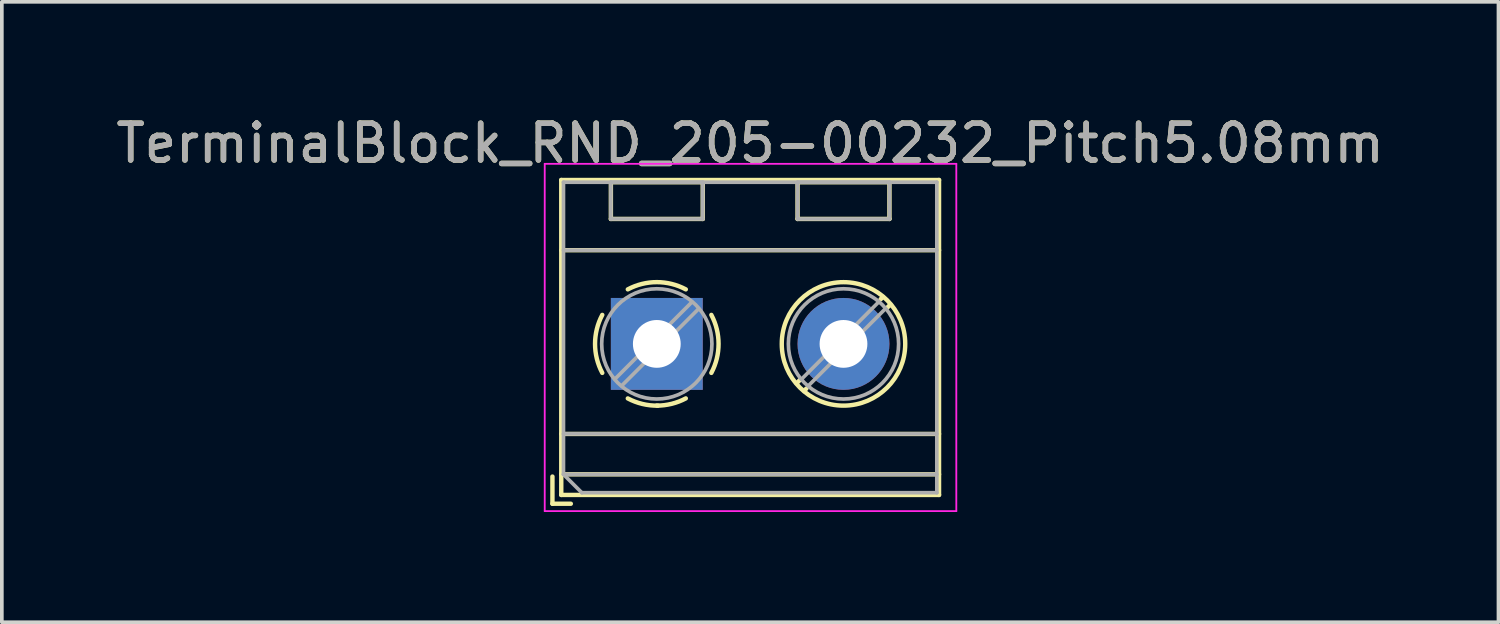
<source format=kicad_pcb>
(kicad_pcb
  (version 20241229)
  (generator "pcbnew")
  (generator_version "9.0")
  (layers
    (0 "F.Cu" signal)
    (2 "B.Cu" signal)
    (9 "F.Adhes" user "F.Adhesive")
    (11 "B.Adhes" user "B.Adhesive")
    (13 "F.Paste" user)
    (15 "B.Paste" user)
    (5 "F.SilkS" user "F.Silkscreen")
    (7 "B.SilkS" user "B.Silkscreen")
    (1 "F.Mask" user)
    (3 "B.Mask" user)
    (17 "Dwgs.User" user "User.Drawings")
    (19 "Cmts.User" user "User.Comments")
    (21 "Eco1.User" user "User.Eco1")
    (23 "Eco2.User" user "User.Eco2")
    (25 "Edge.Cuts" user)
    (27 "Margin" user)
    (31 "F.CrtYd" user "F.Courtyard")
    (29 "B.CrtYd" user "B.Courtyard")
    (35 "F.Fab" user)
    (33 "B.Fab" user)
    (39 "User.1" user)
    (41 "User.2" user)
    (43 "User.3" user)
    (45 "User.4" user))
  (footprint "TerminalBlock_RND_205-00232_Pitch5.08mm"
    (layer "F.Cu")
    (at 14.823 6.308)
    (property "Reference" "TerminalBlock_RND_205-00232_Pitch5.08mm" (at 2.54 -5.46 0) (layer "F.SilkS") (effects (font (size 1 1) (thickness 0.15))))
    (attr through_hole)
    (fp_line (start -2.84 3.61) (end -2.84 4.35) (stroke (width 0.12) (type solid)) (layer "F.SilkS"))
    (fp_line (start -2.84 4.35) (end -2.34 4.35) (stroke (width 0.12) (type solid)) (layer "F.SilkS"))
    (fp_line (start -2.6 -4.46) (end -2.6 4.11) (stroke (width 0.12) (type solid)) (layer "F.SilkS"))
    (fp_line (start -2.6 -2.55) (end 7.68 -2.55) (stroke (width 0.12) (type solid)) (layer "F.SilkS"))
    (fp_line (start -2.6 2.45) (end 7.68 2.45) (stroke (width 0.12) (type solid)) (layer "F.SilkS"))
    (fp_line (start -2.6 3.55) (end 7.68 3.55) (stroke (width 0.12) (type solid)) (layer "F.SilkS"))
    (fp_line (start -2.6 4.11) (end 7.68 4.11) (stroke (width 0.12) (type solid)) (layer "F.SilkS"))
    (fp_line (start -1.25 -4.4) (end -1.25 -3.4) (stroke (width 0.12) (type solid)) (layer "F.SilkS"))
    (fp_line (start -1.25 -4.4) (end 1.25 -4.4) (stroke (width 0.12) (type solid)) (layer "F.SilkS"))
    (fp_line (start -1.25 -3.4) (end 1.25 -3.4) (stroke (width 0.12) (type solid)) (layer "F.SilkS"))
    (fp_line (start 1.25 -4.4) (end 1.25 -3.4) (stroke (width 0.12) (type solid)) (layer "F.SilkS"))
    (fp_line (start 3.83 -4.4) (end 3.83 -3.4) (stroke (width 0.12) (type solid)) (layer "F.SilkS"))
    (fp_line (start 3.83 -4.4) (end 6.33 -4.4) (stroke (width 0.12) (type solid)) (layer "F.SilkS"))
    (fp_line (start 3.83 -3.4) (end 6.33 -3.4) (stroke (width 0.12) (type solid)) (layer "F.SilkS"))
    (fp_line (start 3.9 0.976) (end 3.806 1.069) (stroke (width 0.12) (type solid)) (layer "F.SilkS"))
    (fp_line (start 4.07 1.216) (end 4.011 1.274) (stroke (width 0.12) (type solid)) (layer "F.SilkS"))
    (fp_line (start 6.15 -1.275) (end 6.091 -1.216) (stroke (width 0.12) (type solid)) (layer "F.SilkS"))
    (fp_line (start 6.33 -4.4) (end 6.33 -3.4) (stroke (width 0.12) (type solid)) (layer "F.SilkS"))
    (fp_line (start 6.355 -1.069) (end 6.261 -0.976) (stroke (width 0.12) (type solid)) (layer "F.SilkS"))
    (fp_line (start 7.68 -4.46) (end -2.6 -4.46) (stroke (width 0.12) (type solid)) (layer "F.SilkS"))
    (fp_line (start 7.68 4.11) (end 7.68 -4.46) (stroke (width 0.12) (type solid)) (layer "F.SilkS"))
    (fp_arc (start -1.483953 0.789089) (mid -1.680708 0.00005) (end -1.484 -0.789) (stroke (width 0.12) (type solid)) (layer "F.SilkS"))
    (fp_arc (start -0.789089 -1.483953) (mid -0.00005 -1.680708) (end 0.789 -1.484) (stroke (width 0.12) (type solid)) (layer "F.SilkS"))
    (fp_arc (start 0.029383 1.68045) (mid -0.392304 1.634281) (end -0.789 1.484) (stroke (width 0.12) (type solid)) (layer "F.SilkS"))
    (fp_arc (start 0.788712 1.483352) (mid 0.406429 1.630097) (end 0 1.68) (stroke (width 0.12) (type solid)) (layer "F.SilkS"))
    (fp_arc (start 1.483953 -0.789089) (mid 1.680708 -0.00005) (end 1.484 0.789) (stroke (width 0.12) (type solid)) (layer "F.SilkS"))
    (fp_circle (center 5.08 0) (end 6.76 0) (stroke (width 0.12) (type solid)) (fill no) (layer "F.SilkS"))
    (fp_line (start -3.05 -4.9) (end -3.05 4.55) (stroke (width 0.05) (type solid)) (layer "F.CrtYd"))
    (fp_line (start -3.05 4.55) (end 8.15 4.55) (stroke (width 0.05) (type solid)) (layer "F.CrtYd"))
    (fp_line (start 8.15 -4.9) (end -3.05 -4.9) (stroke (width 0.05) (type solid)) (layer "F.CrtYd"))
    (fp_line (start 8.15 4.55) (end 8.15 -4.9) (stroke (width 0.05) (type solid)) (layer "F.CrtYd"))
    (fp_line (start -2.54 -4.4) (end 7.62 -4.4) (stroke (width 0.1) (type solid)) (layer "F.Fab"))
    (fp_line (start -2.54 -2.55) (end 7.62 -2.55) (stroke (width 0.1) (type solid)) (layer "F.Fab"))
    (fp_line (start -2.54 2.45) (end 7.62 2.45) (stroke (width 0.1) (type solid)) (layer "F.Fab"))
    (fp_line (start -2.54 3.55) (end -2.54 -4.4) (stroke (width 0.1) (type solid)) (layer "F.Fab"))
    (fp_line (start -2.54 3.55) (end 7.62 3.55) (stroke (width 0.1) (type solid)) (layer "F.Fab"))
    (fp_line (start -2.04 4.05) (end -2.54 3.55) (stroke (width 0.1) (type solid)) (layer "F.Fab"))
    (fp_line (start -1.25 -4.4) (end -1.25 -3.4) (stroke (width 0.1) (type solid)) (layer "F.Fab"))
    (fp_line (start -1.25 -3.4) (end 1.25 -3.4) (stroke (width 0.1) (type solid)) (layer "F.Fab"))
    (fp_line (start 0.955 -1.138) (end -1.138 0.955) (stroke (width 0.1) (type solid)) (layer "F.Fab"))
    (fp_line (start 1.138 -0.955) (end -0.955 1.138) (stroke (width 0.1) (type solid)) (layer "F.Fab"))
    (fp_line (start 1.25 -4.4) (end -1.25 -4.4) (stroke (width 0.1) (type solid)) (layer "F.Fab"))
    (fp_line (start 1.25 -3.4) (end 1.25 -4.4) (stroke (width 0.1) (type solid)) (layer "F.Fab"))
    (fp_line (start 3.83 -4.4) (end 3.83 -3.4) (stroke (width 0.1) (type solid)) (layer "F.Fab"))
    (fp_line (start 3.83 -3.4) (end 6.33 -3.4) (stroke (width 0.1) (type solid)) (layer "F.Fab"))
    (fp_line (start 6.035 -1.138) (end 3.943 0.955) (stroke (width 0.1) (type solid)) (layer "F.Fab"))
    (fp_line (start 6.218 -0.955) (end 4.126 1.138) (stroke (width 0.1) (type solid)) (layer "F.Fab"))
    (fp_line (start 6.33 -4.4) (end 3.83 -4.4) (stroke (width 0.1) (type solid)) (layer "F.Fab"))
    (fp_line (start 6.33 -3.4) (end 6.33 -4.4) (stroke (width 0.1) (type solid)) (layer "F.Fab"))
    (fp_line (start 7.62 -4.4) (end 7.62 4.05) (stroke (width 0.1) (type solid)) (layer "F.Fab"))
    (fp_line (start 7.62 4.05) (end -2.04 4.05) (stroke (width 0.1) (type solid)) (layer "F.Fab"))
    (fp_circle (center 0 0) (end 1.5 0) (stroke (width 0.1) (type solid)) (fill no) (layer "F.Fab"))
    (fp_circle (center 5.08 0) (end 6.58 0) (stroke (width 0.1) (type solid)) (fill no) (layer "F.Fab"))
    (fp_text user "${REFERENCE}" (at 2.54 -5.46 0) (layer "F.Fab") (effects (font (size 1 1) (thickness 0.15))))
    (pad "1" thru_hole rect (at 0 0) (size 2.5 2.5) (drill 1.3) (layers "*.Cu" "*.Mask"))
    (pad "2" thru_hole circle (at 5.08 0) (size 2.5 2.5) (drill 1.3) (layers "*.Cu" "*.Mask")))
  (gr_rect
    (start -3 -3)
    (end 37.726 13.883)
    (stroke (width 0.1) (type default))
    (fill no)
    (layer "Edge.Cuts")))
</source>
